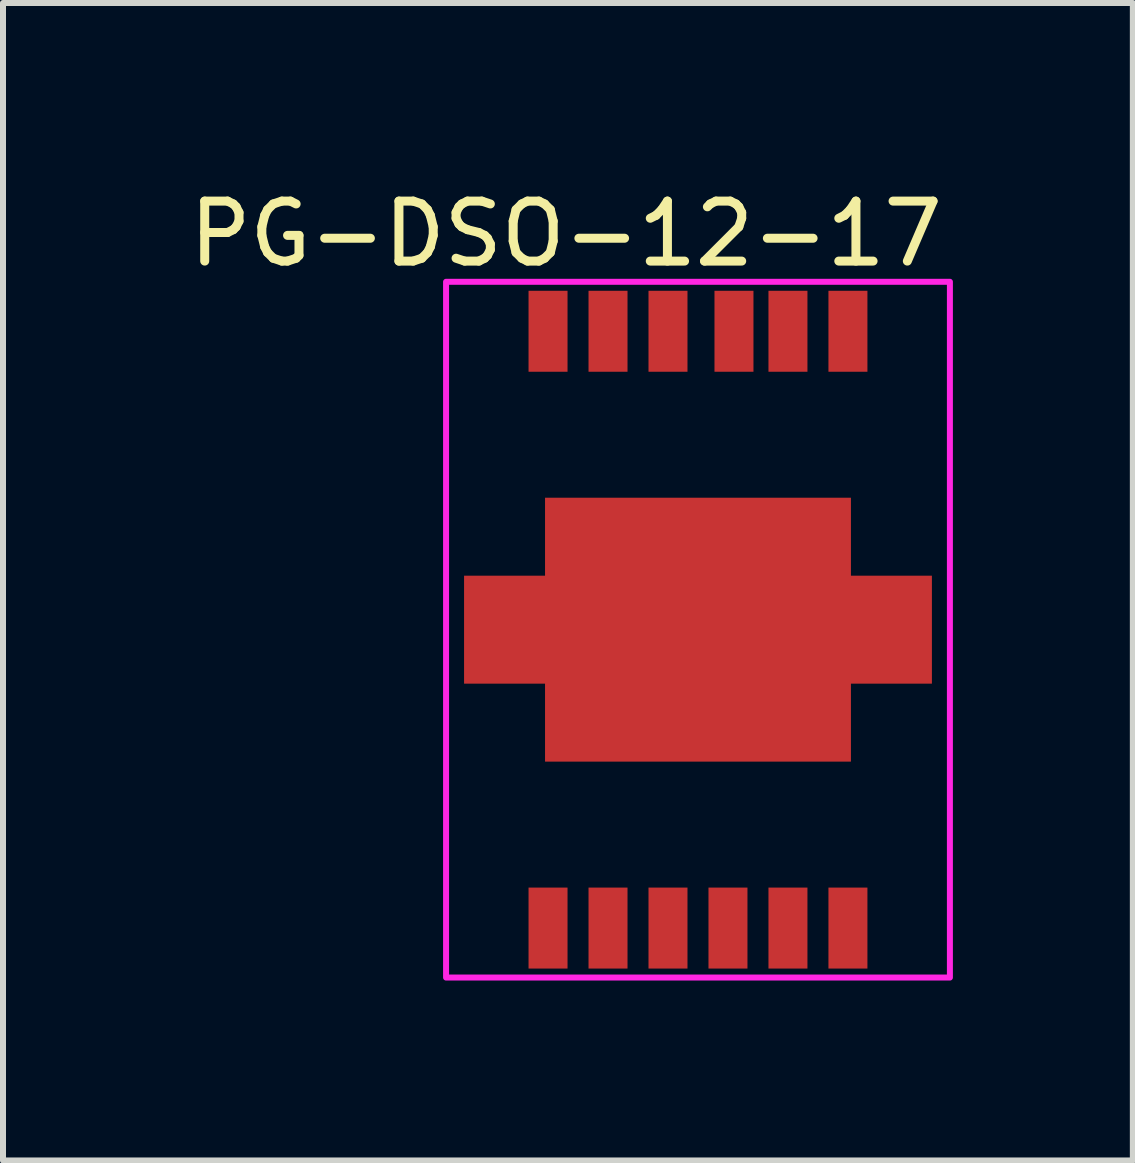
<source format=kicad_pcb>
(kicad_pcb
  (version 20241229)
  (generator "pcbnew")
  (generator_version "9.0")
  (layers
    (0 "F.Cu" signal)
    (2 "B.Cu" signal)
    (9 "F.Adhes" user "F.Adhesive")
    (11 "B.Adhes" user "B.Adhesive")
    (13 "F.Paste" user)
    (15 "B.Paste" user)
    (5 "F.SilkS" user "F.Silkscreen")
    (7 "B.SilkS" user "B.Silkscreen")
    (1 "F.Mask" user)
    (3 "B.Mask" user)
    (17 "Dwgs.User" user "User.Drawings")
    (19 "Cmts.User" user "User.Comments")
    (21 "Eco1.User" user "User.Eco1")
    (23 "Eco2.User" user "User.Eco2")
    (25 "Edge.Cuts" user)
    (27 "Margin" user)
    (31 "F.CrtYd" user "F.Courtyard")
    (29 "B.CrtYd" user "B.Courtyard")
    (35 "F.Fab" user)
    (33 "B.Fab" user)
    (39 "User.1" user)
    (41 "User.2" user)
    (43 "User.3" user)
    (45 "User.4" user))
  (footprint "PG-DSO-12-17"
    (layer "F.Cu")
    (at 8.587 7.448)
    (property "Reference" "PG-DSO-12-17" (at -2.2 -6.6 0) (layer "F.SilkS") (effects (font (size 1 1) (thickness 0.15))))
    (attr through_hole)
    (fp_poly (pts (xy 2.55 -0.9) (xy 3.9 -0.9) (xy 3.9 0.9) (xy 2.55 0.9) (xy 2.55 2.2) (xy -2.55 2.2) (xy -2.55 0.9) (xy -3.9 0.9) (xy -3.9 -0.9) (xy -2.55 -0.9) (xy -2.55 -2.2) (xy 2.55 -2.2)) (stroke (width 0) (type solid)) (fill yes) (layer "F.Cu"))
    (fp_poly (pts (xy -2.85 0.8) (xy -3.8 0.8) (xy -3.8 -0.8) (xy -2.85 -0.8)) (stroke (width 0) (type solid)) (fill yes) (layer "F.Paste"))
    (fp_poly (pts (xy -0.2 -0.2) (xy -2.45 -0.2) (xy -2.45 -2.1) (xy -0.2 -2.1)) (stroke (width 0) (type solid)) (fill yes) (layer "F.Paste"))
    (fp_poly (pts (xy -0.2 2.1) (xy -2.45 2.1) (xy -2.45 0.2) (xy -0.2 0.2)) (stroke (width 0) (type solid)) (fill yes) (layer "F.Paste"))
    (fp_poly (pts (xy 2.45 -0.2) (xy 0.2 -0.2) (xy 0.2 -2.1) (xy 2.45 -2.1)) (stroke (width 0) (type solid)) (fill yes) (layer "F.Paste"))
    (fp_poly (pts (xy 2.45 2.1) (xy 0.2 2.1) (xy 0.2 0.2) (xy 2.45 0.2)) (stroke (width 0) (type solid)) (fill yes) (layer "F.Paste"))
    (fp_poly (pts (xy 3.8 0.8) (xy 2.85 0.8) (xy 2.85 -0.8) (xy 3.8 -0.8)) (stroke (width 0) (type solid)) (fill yes) (layer "F.Paste"))
    (fp_poly (pts (xy 4.2 5.8) (xy -4.2 5.8) (xy -4.2 -5.8) (xy 4.2 -5.8)) (stroke (width 0.1) (type solid)) (fill no) (layer "F.CrtYd"))
    (pad "1" smd rect (at -2.5 4.975) (size 0.65 1.35) (layers "F.Cu" "F.Mask" "F.Paste"))
    (pad "2" smd rect (at -1.5 4.975) (size 0.65 1.35) (layers "F.Cu" "F.Mask" "F.Paste"))
    (pad "3" smd rect (at -0.5 4.975) (size 0.65 1.35) (layers "F.Cu" "F.Mask" "F.Paste"))
    (pad "4" smd rect (at 0.5 4.975) (size 0.65 1.35) (layers "F.Cu" "F.Mask" "F.Paste"))
    (pad "5" smd rect (at 1.5 4.975) (size 0.65 1.35) (layers "F.Cu" "F.Mask" "F.Paste"))
    (pad "6" smd rect (at 2.5 4.975) (size 0.65 1.35) (layers "F.Cu" "F.Mask" "F.Paste"))
    (pad "7" smd rect (at 2.5 -4.975) (size 0.65 1.35) (layers "F.Cu" "F.Mask" "F.Paste"))
    (pad "8" smd rect (at 1.5 -4.975) (size 0.65 1.35) (layers "F.Cu" "F.Mask" "F.Paste"))
    (pad "9" smd rect (at 0.6 -4.975) (size 0.65 1.35) (layers "F.Cu" "F.Mask" "F.Paste"))
    (pad "10" smd rect (at -0.5 -4.975) (size 0.65 1.35) (layers "F.Cu" "F.Mask" "F.Paste"))
    (pad "11" smd rect (at -1.5 -4.975) (size 0.65 1.35) (layers "F.Cu" "F.Mask" "F.Paste"))
    (pad "12" smd rect (at -2.5 -4.975) (size 0.65 1.35) (layers "F.Cu" "F.Mask" "F.Paste"))
    (pad "13" smd rect (at -1.25 -1.1) (size 0.65 1.35) (layers "F.Cu" "F.Mask" "F.Paste")))
  (gr_rect
    (start -3 -3)
    (end 15.837 16.298)
    (stroke (width 0.1) (type default))
    (fill no)
    (layer "Edge.Cuts")))
</source>
